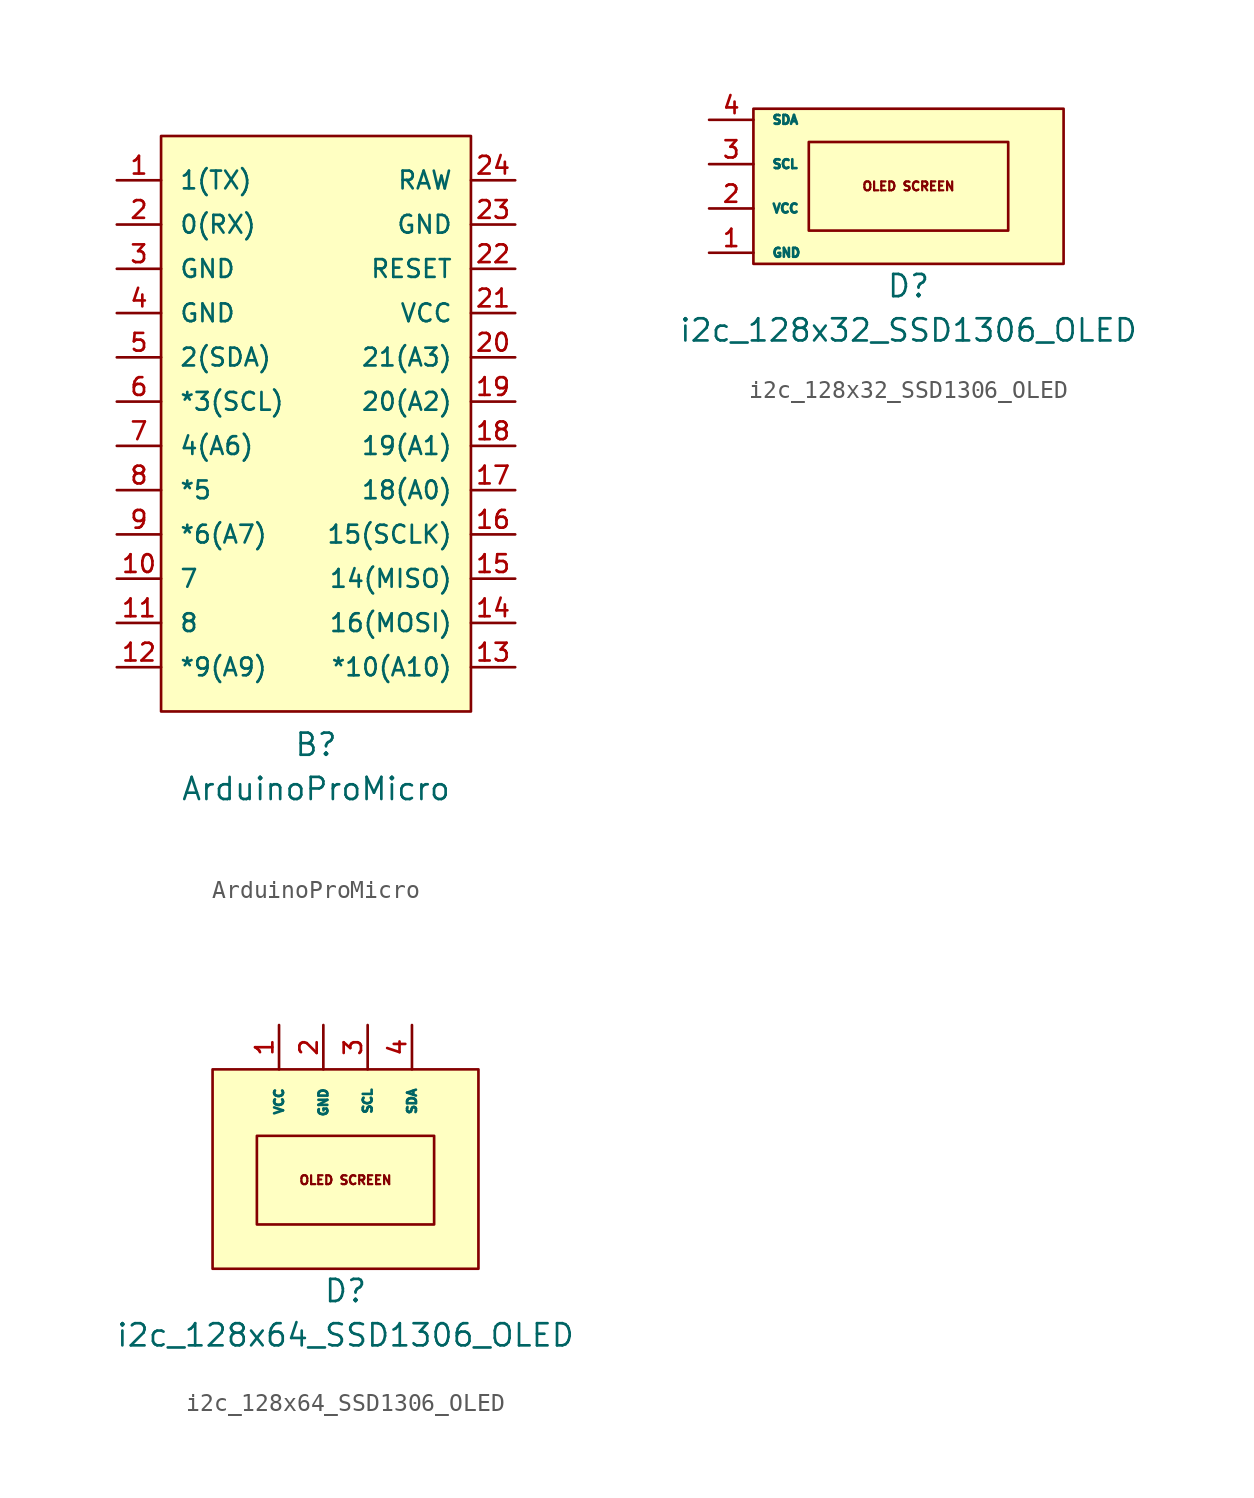
<source format=kicad_sym>
(kicad_symbol_lib
  (version 20231120)
  (generator "kicad_symbol_editor")
  (generator_version "8.0")
  (symbol "ArduinoProMicro"
    (pin_names
      (offset 1.016))
    (property "Reference" "B"
      (at 0 -18.415 0)
      (effects (font (size 1.27 1.27))))
    (property "Value" "ArduinoProMicro"
      (at 0 -20.955 0)
      (effects (font (size 1.27 1.27))))
    (symbol "ArduinoProMicro_1_1"
      (polyline (pts (xy -8.89 16.51) (xy -8.89 -16.51) (xy 8.89 -16.51) (xy 8.89 16.51) (xy -8.89 16.51)) (stroke (width 0) (type solid)) (fill (type background)))
      (pin bidirectional line (at -11.43 13.97 0) (length 2.54) (name "1(TX)" (effects (font (size 1.016 1.016)))) (number "1" (effects (font (size 1.016 1.016)))))
      (pin bidirectional line (at -11.43 -8.89 0) (length 2.54) (name "7" (effects (font (size 1.016 1.016)))) (number "10" (effects (font (size 1.016 1.016)))))
      (pin bidirectional line (at -11.43 -11.43 0) (length 2.54) (name "8" (effects (font (size 1.016 1.016)))) (number "11" (effects (font (size 1.016 1.016)))))
      (pin bidirectional line (at -11.43 -13.97 0) (length 2.54) (name "*9(A9)" (effects (font (size 1.016 1.016)))) (number "12" (effects (font (size 1.016 1.016)))))
      (pin bidirectional line (at 11.43 -13.97 180) (length 2.54) (name "*10(A10)" (effects (font (size 1.016 1.016)))) (number "13" (effects (font (size 1.016 1.016)))))
      (pin bidirectional line (at 11.43 -11.43 180) (length 2.54) (name "16(MOSI)" (effects (font (size 1.016 1.016)))) (number "14" (effects (font (size 1.016 1.016)))))
      (pin bidirectional line (at 11.43 -8.89 180) (length 2.54) (name "14(MISO)" (effects (font (size 1.016 1.016)))) (number "15" (effects (font (size 1.016 1.016)))))
      (pin bidirectional line (at 11.43 -6.35 180) (length 2.54) (name "15(SCLK)" (effects (font (size 1.016 1.016)))) (number "16" (effects (font (size 1.016 1.016)))))
      (pin bidirectional line (at 11.43 -3.81 180) (length 2.54) (name "18(A0)" (effects (font (size 1.016 1.016)))) (number "17" (effects (font (size 1.016 1.016)))))
      (pin bidirectional line (at 11.43 -1.27 180) (length 2.54) (name "19(A1)" (effects (font (size 1.016 1.016)))) (number "18" (effects (font (size 1.016 1.016)))))
      (pin bidirectional line (at 11.43 1.27 180) (length 2.54) (name "20(A2)" (effects (font (size 1.016 1.016)))) (number "19" (effects (font (size 1.016 1.016)))))
      (pin bidirectional line (at -11.43 11.43 0) (length 2.54) (name "0(RX)" (effects (font (size 1.016 1.016)))) (number "2" (effects (font (size 1.016 1.016)))))
      (pin bidirectional line (at 11.43 3.81 180) (length 2.54) (name "21(A3)" (effects (font (size 1.016 1.016)))) (number "20" (effects (font (size 1.016 1.016)))))
      (pin power_in line (at 11.43 6.35 180) (length 2.54) (name "VCC" (effects (font (size 1.016 1.016)))) (number "21" (effects (font (size 1.016 1.016)))))
      (pin bidirectional line (at 11.43 8.89 180) (length 2.54) (name "RESET" (effects (font (size 1.016 1.016)))) (number "22" (effects (font (size 1.016 1.016)))))
      (pin power_in line (at 11.43 11.43 180) (length 2.54) (name "GND" (effects (font (size 1.016 1.016)))) (number "23" (effects (font (size 1.016 1.016)))))
      (pin power_in line (at 11.43 13.97 180) (length 2.54) (name "RAW" (effects (font (size 1.016 1.016)))) (number "24" (effects (font (size 1.016 1.016)))))
      (pin power_in line (at -11.43 8.89 0) (length 2.54) (name "GND" (effects (font (size 1.016 1.016)))) (number "3" (effects (font (size 1.016 1.016)))))
      (pin power_in line (at -11.43 6.35 0) (length 2.54) (name "GND" (effects (font (size 1.016 1.016)))) (number "4" (effects (font (size 1.016 1.016)))))
      (pin bidirectional line (at -11.43 3.81 0) (length 2.54) (name "2(SDA)" (effects (font (size 1.016 1.016)))) (number "5" (effects (font (size 1.016 1.016)))))
      (pin bidirectional line (at -11.43 1.27 0) (length 2.54) (name "*3(SCL)" (effects (font (size 1.016 1.016)))) (number "6" (effects (font (size 1.016 1.016)))))
      (pin bidirectional line (at -11.43 -1.27 0) (length 2.54) (name "4(A6)" (effects (font (size 1.016 1.016)))) (number "7" (effects (font (size 1.016 1.016)))))
      (pin bidirectional line (at -11.43 -3.81 0) (length 2.54) (name "*5" (effects (font (size 1.016 1.016)))) (number "8" (effects (font (size 1.016 1.016)))))
      (pin bidirectional line (at -11.43 -6.35 0) (length 2.54) (name "*6(A7)" (effects (font (size 1.016 1.016)))) (number "9" (effects (font (size 1.016 1.016)))))))
  (symbol "i2c_128x32_SSD1306_OLED"
    (pin_names
      (offset 1.016))
    (property "Reference" "D"
      (at 0 -5.715 0)
      (effects (font (size 1.27 1.27))))
    (property "Value" "i2c_128x32_SSD1306_OLED"
      (at 0 -8.255 0)
      (effects (font (size 1.27 1.27))))
    (symbol "i2c_128x32_SSD1306_OLED_0_1"
      (rectangle (start -8.89 4.445) (end 8.89 -4.445) (stroke (width 0) (type solid)) (fill (type background)))
      (rectangle (start -5.715 2.54) (end 5.715 -2.54) (stroke (width 0) (type solid)) (fill (type background))))
    (symbol "i2c_128x32_SSD1306_OLED_1_1"
      (text "OLED SCREEN" (at 0 0 0) (effects (font (size 0.508 0.508))))
      (pin power_in line (at -11.43 -3.81 0) (length 2.54) (name "GND" (effects (font (size 0.508 0.508)))) (number "1" (effects (font (size 0.991 0.991)))))
      (pin power_in line (at -11.43 -1.27 0) (length 2.54) (name "VCC" (effects (font (size 0.508 0.508)))) (number "2" (effects (font (size 0.991 0.991)))))
      (pin bidirectional line (at -11.43 1.27 0) (length 2.54) (name "SCL" (effects (font (size 0.508 0.508)))) (number "3" (effects (font (size 0.991 0.991)))))
      (pin bidirectional line (at -11.43 3.81 0) (length 2.54) (name "SDA" (effects (font (size 0.508 0.508)))) (number "4" (effects (font (size 0.991 0.991)))))))
  (symbol "i2c_128x64_SSD1306_OLED"
    (pin_names
      (offset 1.016))
    (property "Reference" "D"
      (at 0 -6.35 0)
      (effects (font (size 1.27 1.27))))
    (property "Value" "i2c_128x64_SSD1306_OLED"
      (at 0 -8.89 0)
      (effects (font (size 1.27 1.27))))
    (symbol "i2c_128x64_SSD1306_OLED_0_0"
      (text "OLED SCREEN" (at 0 0 0) (effects (font (size 0.508 0.508)))))
    (symbol "i2c_128x64_SSD1306_OLED_0_1"
      (rectangle (start -7.62 6.35) (end 7.62 -5.08) (stroke (width 0) (type solid)) (fill (type background)))
      (rectangle (start -5.08 2.54) (end 5.08 -2.54) (stroke (width 0) (type solid)) (fill (type none))))
    (symbol "i2c_128x64_SSD1306_OLED_1_1"
      (pin power_in line (at -3.81 8.89 270) (length 2.54) (name "VCC" (effects (font (size 0.508 0.508)))) (number "1" (effects (font (size 0.991 0.991)))))
      (pin power_in line (at -1.27 8.89 270) (length 2.54) (name "GND" (effects (font (size 0.508 0.508)))) (number "2" (effects (font (size 0.991 0.991)))))
      (pin bidirectional line (at 1.27 8.89 270) (length 2.54) (name "SCL" (effects (font (size 0.508 0.508)))) (number "3" (effects (font (size 0.991 0.991)))))
      (pin bidirectional line (at 3.81 8.89 270) (length 2.54) (name "SDA" (effects (font (size 0.508 0.508)))) (number "4" (effects (font (size 0.991 0.991))))))))
</source>
